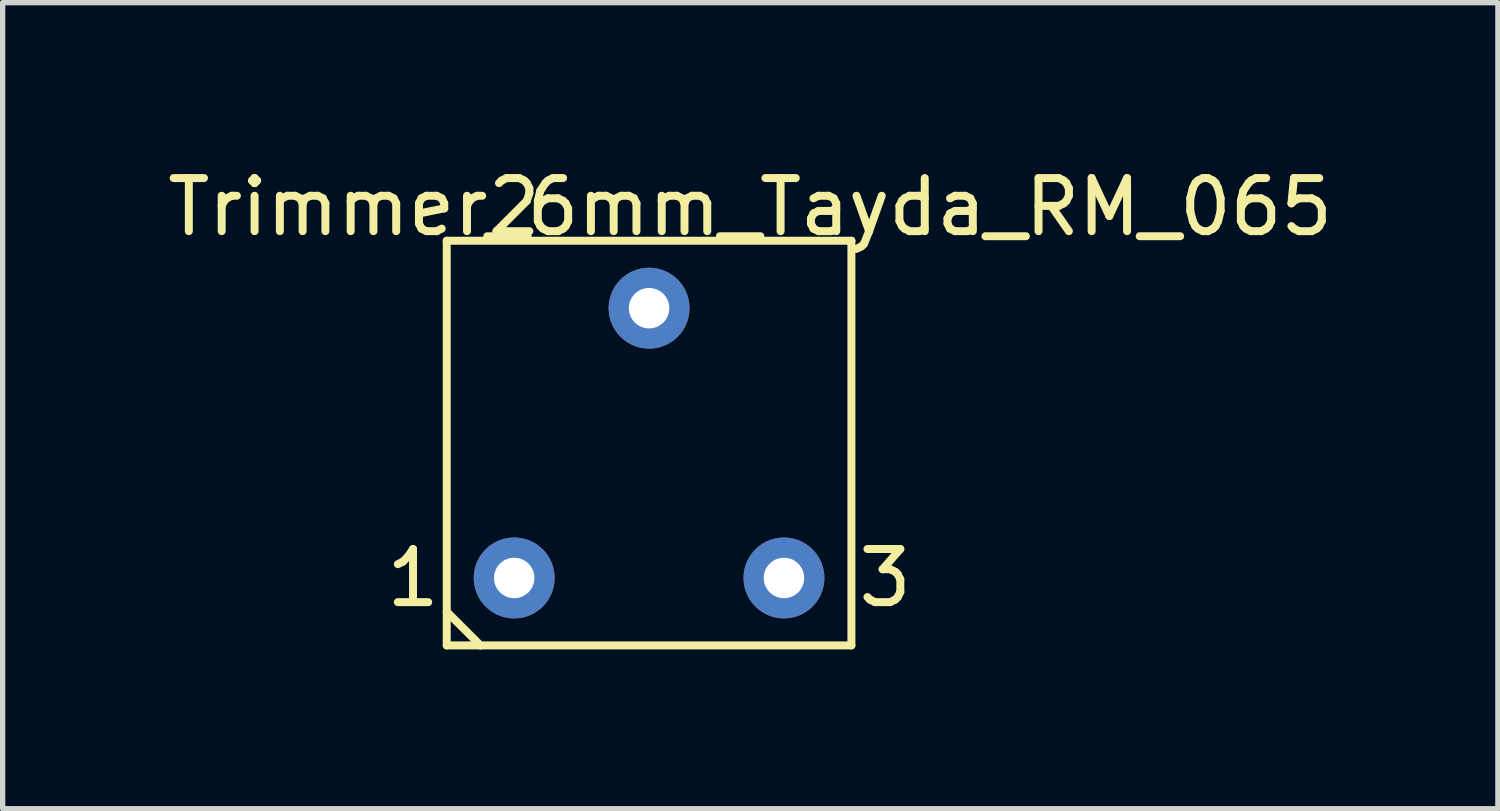
<source format=kicad_pcb>
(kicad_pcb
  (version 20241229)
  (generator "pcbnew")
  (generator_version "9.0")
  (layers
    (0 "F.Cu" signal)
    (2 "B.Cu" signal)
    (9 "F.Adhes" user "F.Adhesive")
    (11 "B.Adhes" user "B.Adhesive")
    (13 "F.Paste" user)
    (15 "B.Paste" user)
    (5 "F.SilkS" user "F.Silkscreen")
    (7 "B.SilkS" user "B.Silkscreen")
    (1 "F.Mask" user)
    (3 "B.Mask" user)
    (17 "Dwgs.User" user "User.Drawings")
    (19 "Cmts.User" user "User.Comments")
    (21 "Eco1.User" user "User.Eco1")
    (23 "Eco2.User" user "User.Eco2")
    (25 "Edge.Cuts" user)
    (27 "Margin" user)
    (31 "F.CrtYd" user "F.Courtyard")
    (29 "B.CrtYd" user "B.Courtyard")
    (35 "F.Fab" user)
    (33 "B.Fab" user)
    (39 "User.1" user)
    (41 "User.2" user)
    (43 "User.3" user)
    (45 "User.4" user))
  (footprint "Trimmer_6mm_Tayda_RM_065"
    (layer "F.Cu")
    (at 6.632 7.833)
    (property "Reference" "Trimmer_6mm_Tayda_RM_065" (at 4.445 -6.985 0) (layer "F.SilkS") (effects (font (size 1 1) (thickness 0.15))))
    (attr through_hole)
    (fp_line (start -1.27 -6.35) (end -1.27 1.27) (stroke (width 0.15) (type solid)) (layer "F.SilkS"))
    (fp_line (start -1.27 0.635) (end -0.635 1.27) (stroke (width 0.15) (type solid)) (layer "F.SilkS"))
    (fp_line (start -1.27 1.27) (end -0.635 1.27) (stroke (width 0.15) (type solid)) (layer "F.SilkS"))
    (fp_line (start -0.635 1.27) (end 6.35 1.27) (stroke (width 0.15) (type solid)) (layer "F.SilkS"))
    (fp_line (start 6.35 -6.35) (end -1.27 -6.35) (stroke (width 0.15) (type solid)) (layer "F.SilkS"))
    (fp_line (start 6.35 1.27) (end 6.35 -6.35) (stroke (width 0.15) (type solid)) (layer "F.SilkS"))
    (fp_text user "1" (at -1.905 0 0) (layer "F.SilkS") (effects (font (size 1 1) (thickness 0.15))))
    (fp_text user "2" (at 0 -6.985 0) (layer "F.SilkS") (effects (font (size 1 1) (thickness 0.15))))
    (fp_text user "3" (at 6.985 0 0) (layer "F.SilkS") (effects (font (size 1 1) (thickness 0.15))))
    (pad "1" thru_hole circle (at 0 0) (size 1.524 1.524) (drill 0.762) (layers "*.Cu" "*.Mask"))
    (pad "2" thru_hole circle (at 2.54 -5.08) (size 1.524 1.524) (drill 0.762) (layers "*.Cu" "*.Mask"))
    (pad "3" thru_hole circle (at 5.08 0) (size 1.524 1.524) (drill 0.762) (layers "*.Cu" "*.Mask")))
  (gr_rect
    (start -3 -3)
    (end 25.155 12.178)
    (stroke (width 0.1) (type default))
    (fill no)
    (layer "Edge.Cuts")))
</source>
